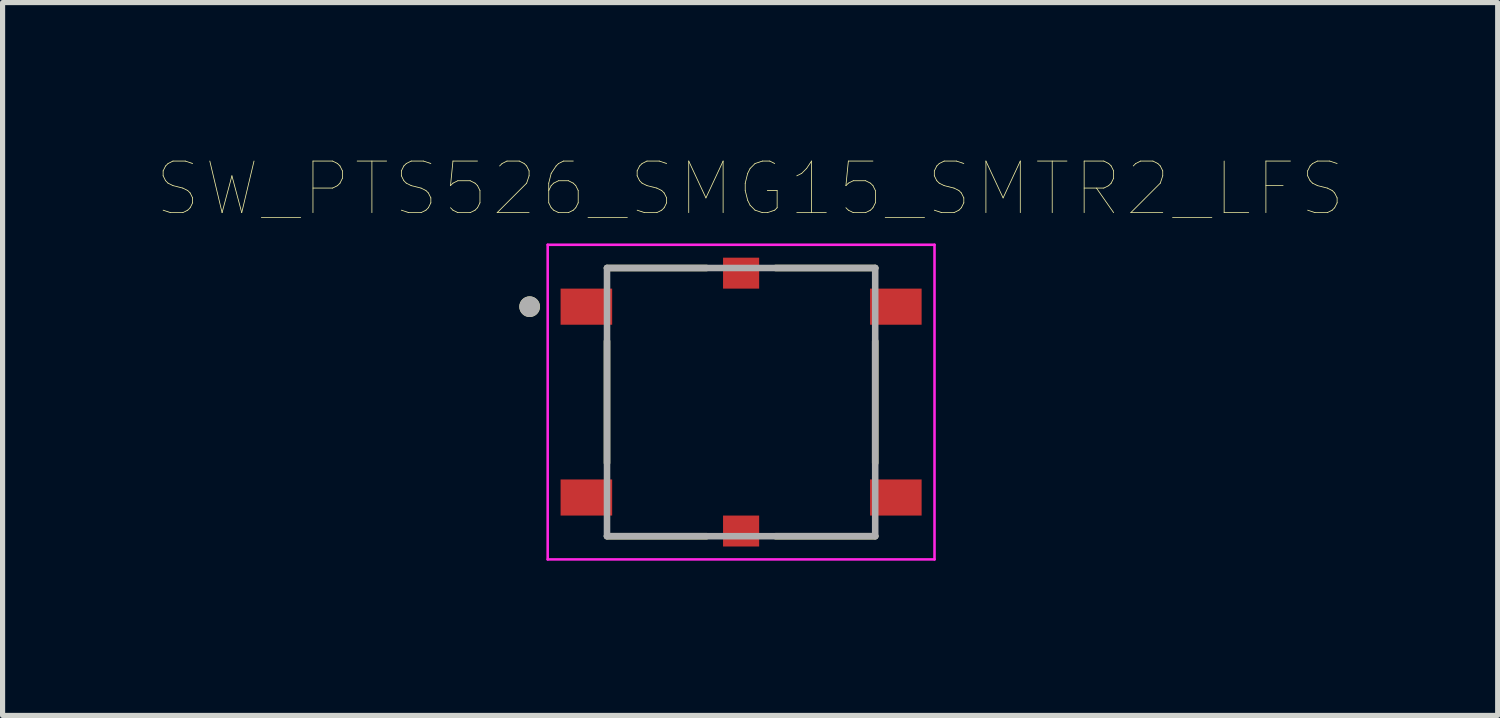
<source format=kicad_pcb>
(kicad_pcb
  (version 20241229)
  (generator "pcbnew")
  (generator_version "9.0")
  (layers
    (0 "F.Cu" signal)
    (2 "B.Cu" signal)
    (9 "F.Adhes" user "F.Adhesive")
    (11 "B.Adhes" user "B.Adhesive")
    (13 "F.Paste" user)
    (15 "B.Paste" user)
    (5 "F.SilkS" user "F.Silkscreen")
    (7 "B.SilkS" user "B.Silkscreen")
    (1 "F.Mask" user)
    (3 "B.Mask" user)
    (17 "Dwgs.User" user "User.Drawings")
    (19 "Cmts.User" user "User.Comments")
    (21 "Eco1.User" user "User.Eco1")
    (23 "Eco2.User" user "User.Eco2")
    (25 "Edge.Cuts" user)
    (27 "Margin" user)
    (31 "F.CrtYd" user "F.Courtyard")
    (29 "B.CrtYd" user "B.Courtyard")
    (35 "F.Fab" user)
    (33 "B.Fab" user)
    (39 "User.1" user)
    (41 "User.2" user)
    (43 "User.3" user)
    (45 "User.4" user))
  (footprint "SW_PTS526_SMG15_SMTR2_LFS"
    (layer "F.Cu")
    (at 11.319 4.746)
    (property "Reference" "SW_PTS526_SMG15_SMTR2_LFS" (at 0.175 -4.135 0) (layer "F.SilkS") (effects (font (size 1 1) (thickness 0.015))))
    (attr through_hole)
    (fp_line (start -2.6 -2.6) (end -0.67 -2.6) (stroke (width 0.127) (type solid)) (layer "F.SilkS"))
    (fp_line (start -2.6 -1.18) (end -2.6 1.18) (stroke (width 0.127) (type solid)) (layer "F.SilkS"))
    (fp_line (start -2.6 2.6) (end -0.67 2.6) (stroke (width 0.127) (type solid)) (layer "F.SilkS"))
    (fp_line (start 0.67 -2.6) (end 2.6 -2.6) (stroke (width 0.127) (type solid)) (layer "F.SilkS"))
    (fp_line (start 0.67 2.6) (end 2.6 2.6) (stroke (width 0.127) (type solid)) (layer "F.SilkS"))
    (fp_line (start 2.6 -1.18) (end 2.6 1.18) (stroke (width 0.127) (type solid)) (layer "F.SilkS"))
    (fp_circle (center -4.1 -1.85) (end -4 -1.85) (stroke (width 0.2) (type solid)) (fill no) (layer "F.SilkS"))
    (fp_line (start -3.75 -3.05) (end 3.75 -3.05) (stroke (width 0.05) (type solid)) (layer "F.CrtYd"))
    (fp_line (start -3.75 3.05) (end -3.75 -3.05) (stroke (width 0.05) (type solid)) (layer "F.CrtYd"))
    (fp_line (start 3.75 -3.05) (end 3.75 3.05) (stroke (width 0.05) (type solid)) (layer "F.CrtYd"))
    (fp_line (start 3.75 3.05) (end -3.75 3.05) (stroke (width 0.05) (type solid)) (layer "F.CrtYd"))
    (fp_line (start -2.6 -2.6) (end 2.6 -2.6) (stroke (width 0.127) (type solid)) (layer "F.Fab"))
    (fp_line (start -2.6 2.6) (end -2.6 -2.6) (stroke (width 0.127) (type solid)) (layer "F.Fab"))
    (fp_line (start 2.6 -2.6) (end 2.6 2.6) (stroke (width 0.127) (type solid)) (layer "F.Fab"))
    (fp_line (start 2.6 2.6) (end -2.6 2.6) (stroke (width 0.127) (type solid)) (layer "F.Fab"))
    (fp_circle (center -4.1 -1.85) (end -4 -1.85) (stroke (width 0.2) (type solid)) (fill no) (layer "F.Fab"))
    (pad "1" smd rect (at -3 -1.85) (size 1 0.7) (layers "F.Cu" "F.Mask" "F.Paste"))
    (pad "2" smd rect (at 3 -1.85) (size 1 0.7) (layers "F.Cu" "F.Mask" "F.Paste"))
    (pad "3" smd rect (at -3 1.85) (size 1 0.7) (layers "F.Cu" "F.Mask" "F.Paste"))
    (pad "4" smd rect (at 3 1.85) (size 1 0.7) (layers "F.Cu" "F.Mask" "F.Paste"))
    (pad "G1" smd rect (at 0 -2.5) (size 0.7 0.6) (layers "F.Cu" "F.Mask" "F.Paste"))
    (pad "G2" smd rect (at 0 2.5) (size 0.7 0.6) (layers "F.Cu" "F.Mask" "F.Paste")))
  (gr_rect
    (start -3 -3)
    (end 25.988 10.821)
    (stroke (width 0.1) (type default))
    (fill no)
    (layer "Edge.Cuts")))
</source>
